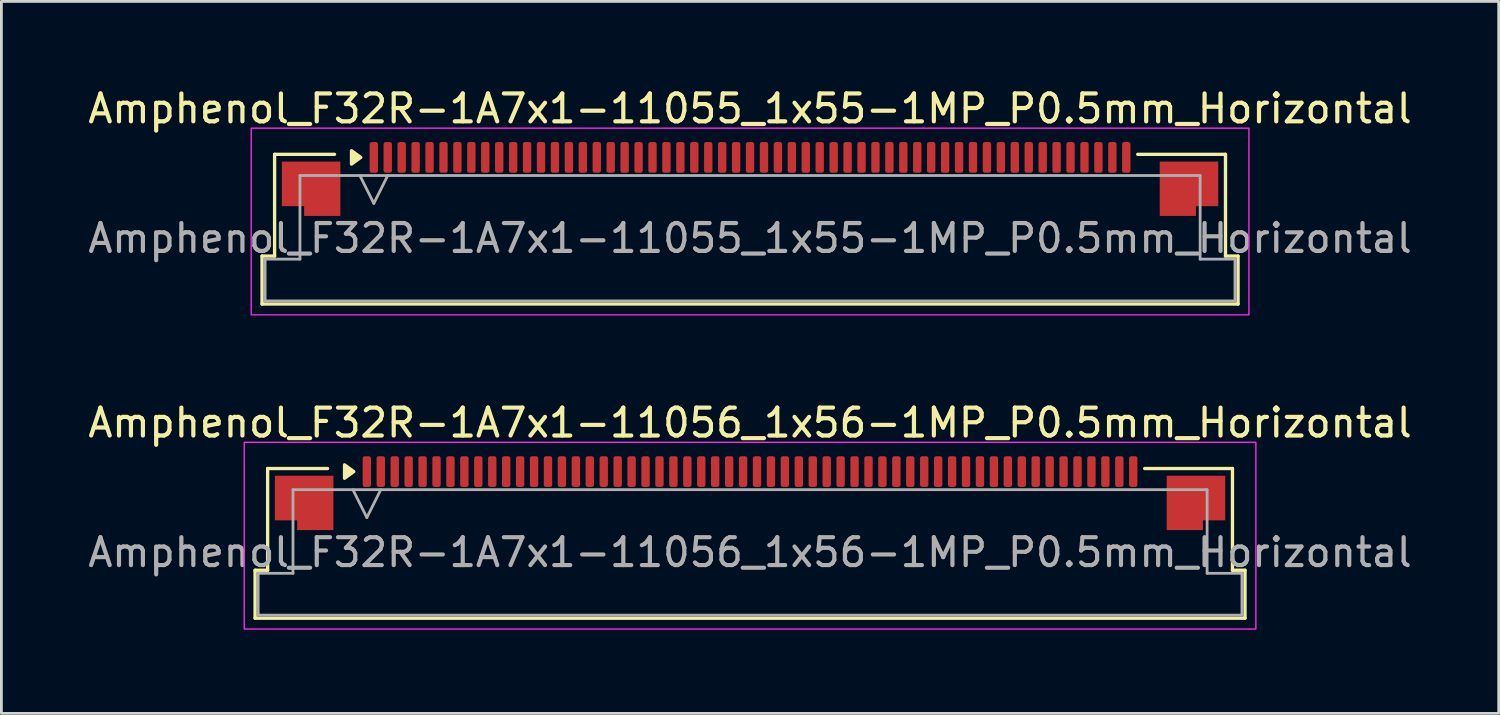
<source format=kicad_pcb>
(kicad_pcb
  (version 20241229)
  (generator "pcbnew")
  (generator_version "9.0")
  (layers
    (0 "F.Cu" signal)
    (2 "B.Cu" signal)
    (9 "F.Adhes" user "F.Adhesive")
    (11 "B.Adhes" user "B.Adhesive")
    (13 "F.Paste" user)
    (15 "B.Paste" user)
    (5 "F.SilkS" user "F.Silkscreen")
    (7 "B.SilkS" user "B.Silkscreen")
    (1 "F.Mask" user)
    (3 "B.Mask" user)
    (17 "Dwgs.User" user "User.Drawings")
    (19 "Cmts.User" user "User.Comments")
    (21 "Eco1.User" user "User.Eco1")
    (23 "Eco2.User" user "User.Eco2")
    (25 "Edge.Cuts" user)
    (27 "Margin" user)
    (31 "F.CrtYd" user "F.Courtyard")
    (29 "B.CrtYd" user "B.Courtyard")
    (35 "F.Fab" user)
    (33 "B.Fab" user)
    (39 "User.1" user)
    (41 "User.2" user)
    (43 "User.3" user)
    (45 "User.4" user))
  (footprint "Amphenol_F32R-1A7x1-11055_1x55-1MP_P0.5mm_Horizontal"
    (layer "F.Cu")
    (at 23.863 5.498)
    (property "Reference" "Amphenol_F32R-1A7x1-11055_1x55-1MP_P0.5mm_Horizontal" (at 0 -4.65 0) (layer "F.SilkS") (effects (font (size 1 1) (thickness 0.15))))
    (attr smd)
    (fp_line (start -17.51 0.64) (end -17.06 0.64) (stroke (width 0.12) (type solid)) (layer "F.SilkS"))
    (fp_line (start -17.51 2.36) (end -17.51 0.64) (stroke (width 0.12) (type solid)) (layer "F.SilkS"))
    (fp_line (start -17.06 -3.01) (end -14.91 -3.01) (stroke (width 0.12) (type solid)) (layer "F.SilkS"))
    (fp_line (start -17.06 0.64) (end -17.06 -3.01) (stroke (width 0.12) (type solid)) (layer "F.SilkS"))
    (fp_line (start 13.91 -3.01) (end 17.06 -3.01) (stroke (width 0.12) (type solid)) (layer "F.SilkS"))
    (fp_line (start 17.06 -3.01) (end 17.06 0.64) (stroke (width 0.12) (type solid)) (layer "F.SilkS"))
    (fp_line (start 17.06 0.64) (end 17.51 0.64) (stroke (width 0.12) (type solid)) (layer "F.SilkS"))
    (fp_line (start 17.51 0.64) (end 17.51 2.36) (stroke (width 0.12) (type solid)) (layer "F.SilkS"))
    (fp_line (start 17.51 2.36) (end -17.51 2.36) (stroke (width 0.12) (type solid)) (layer "F.SilkS"))
    (fp_poly (pts (xy -13.97 -2.9) (xy -14.3 -2.66) (xy -14.3 -3.14)) (stroke (width 0.12) (type solid)) (fill yes) (layer "F.SilkS"))
    (fp_rect (start -17.9 -3.95) (end 17.9 2.75) (stroke (width 0.05) (type solid)) (fill no) (layer "F.CrtYd"))
    (fp_line (start -17.4 0.75) (end -16.15 0.75) (stroke (width 0.1) (type solid)) (layer "F.Fab"))
    (fp_line (start -17.4 2.25) (end -17.4 0.75) (stroke (width 0.1) (type solid)) (layer "F.Fab"))
    (fp_line (start -16.15 -2.25) (end 16.15 -2.25) (stroke (width 0.1) (type solid)) (layer "F.Fab"))
    (fp_line (start -16.15 0.75) (end -16.15 -2.25) (stroke (width 0.1) (type solid)) (layer "F.Fab"))
    (fp_line (start -14 -2.25) (end -13.5 -1.25) (stroke (width 0.1) (type solid)) (layer "F.Fab"))
    (fp_line (start -13.5 -1.25) (end -13 -2.25) (stroke (width 0.1) (type solid)) (layer "F.Fab"))
    (fp_line (start 16.15 -2.25) (end 16.15 0.75) (stroke (width 0.1) (type solid)) (layer "F.Fab"))
    (fp_line (start 16.15 0.75) (end 17.4 0.75) (stroke (width 0.1) (type solid)) (layer "F.Fab"))
    (fp_line (start 17.4 0.75) (end 17.4 2.25) (stroke (width 0.1) (type solid)) (layer "F.Fab"))
    (fp_line (start 17.4 2.25) (end -17.4 2.25) (stroke (width 0.1) (type solid)) (layer "F.Fab"))
    (fp_text user "${REFERENCE}" (at 0 0 0) (layer "F.Fab") (effects (font (size 1 1) (thickness 0.15))))
    (pad "1" smd roundrect (at -13.5 -2.9) (size 0.3 1.1) (layers "F.Cu" "F.Mask" "F.Paste") (roundrect_rratio 0.25))
    (pad "2" smd roundrect (at -13 -2.9) (size 0.3 1.1) (layers "F.Cu" "F.Mask" "F.Paste") (roundrect_rratio 0.25))
    (pad "3" smd roundrect (at -12.5 -2.9) (size 0.3 1.1) (layers "F.Cu" "F.Mask" "F.Paste") (roundrect_rratio 0.25))
    (pad "4" smd roundrect (at -12 -2.9) (size 0.3 1.1) (layers "F.Cu" "F.Mask" "F.Paste") (roundrect_rratio 0.25))
    (pad "5" smd roundrect (at -11.5 -2.9) (size 0.3 1.1) (layers "F.Cu" "F.Mask" "F.Paste") (roundrect_rratio 0.25))
    (pad "6" smd roundrect (at -11 -2.9) (size 0.3 1.1) (layers "F.Cu" "F.Mask" "F.Paste") (roundrect_rratio 0.25))
    (pad "7" smd roundrect (at -10.5 -2.9) (size 0.3 1.1) (layers "F.Cu" "F.Mask" "F.Paste") (roundrect_rratio 0.25))
    (pad "8" smd roundrect (at -10 -2.9) (size 0.3 1.1) (layers "F.Cu" "F.Mask" "F.Paste") (roundrect_rratio 0.25))
    (pad "9" smd roundrect (at -9.5 -2.9) (size 0.3 1.1) (layers "F.Cu" "F.Mask" "F.Paste") (roundrect_rratio 0.25))
    (pad "10" smd roundrect (at -9 -2.9) (size 0.3 1.1) (layers "F.Cu" "F.Mask" "F.Paste") (roundrect_rratio 0.25))
    (pad "11" smd roundrect (at -8.5 -2.9) (size 0.3 1.1) (layers "F.Cu" "F.Mask" "F.Paste") (roundrect_rratio 0.25))
    (pad "12" smd roundrect (at -8 -2.9) (size 0.3 1.1) (layers "F.Cu" "F.Mask" "F.Paste") (roundrect_rratio 0.25))
    (pad "13" smd roundrect (at -7.5 -2.9) (size 0.3 1.1) (layers "F.Cu" "F.Mask" "F.Paste") (roundrect_rratio 0.25))
    (pad "14" smd roundrect (at -7 -2.9) (size 0.3 1.1) (layers "F.Cu" "F.Mask" "F.Paste") (roundrect_rratio 0.25))
    (pad "15" smd roundrect (at -6.5 -2.9) (size 0.3 1.1) (layers "F.Cu" "F.Mask" "F.Paste") (roundrect_rratio 0.25))
    (pad "16" smd roundrect (at -6 -2.9) (size 0.3 1.1) (layers "F.Cu" "F.Mask" "F.Paste") (roundrect_rratio 0.25))
    (pad "17" smd roundrect (at -5.5 -2.9) (size 0.3 1.1) (layers "F.Cu" "F.Mask" "F.Paste") (roundrect_rratio 0.25))
    (pad "18" smd roundrect (at -5 -2.9) (size 0.3 1.1) (layers "F.Cu" "F.Mask" "F.Paste") (roundrect_rratio 0.25))
    (pad "19" smd roundrect (at -4.5 -2.9) (size 0.3 1.1) (layers "F.Cu" "F.Mask" "F.Paste") (roundrect_rratio 0.25))
    (pad "20" smd roundrect (at -4 -2.9) (size 0.3 1.1) (layers "F.Cu" "F.Mask" "F.Paste") (roundrect_rratio 0.25))
    (pad "21" smd roundrect (at -3.5 -2.9) (size 0.3 1.1) (layers "F.Cu" "F.Mask" "F.Paste") (roundrect_rratio 0.25))
    (pad "22" smd roundrect (at -3 -2.9) (size 0.3 1.1) (layers "F.Cu" "F.Mask" "F.Paste") (roundrect_rratio 0.25))
    (pad "23" smd roundrect (at -2.5 -2.9) (size 0.3 1.1) (layers "F.Cu" "F.Mask" "F.Paste") (roundrect_rratio 0.25))
    (pad "24" smd roundrect (at -2 -2.9) (size 0.3 1.1) (layers "F.Cu" "F.Mask" "F.Paste") (roundrect_rratio 0.25))
    (pad "25" smd roundrect (at -1.5 -2.9) (size 0.3 1.1) (layers "F.Cu" "F.Mask" "F.Paste") (roundrect_rratio 0.25))
    (pad "26" smd roundrect (at -1 -2.9) (size 0.3 1.1) (layers "F.Cu" "F.Mask" "F.Paste") (roundrect_rratio 0.25))
    (pad "27" smd roundrect (at -0.5 -2.9) (size 0.3 1.1) (layers "F.Cu" "F.Mask" "F.Paste") (roundrect_rratio 0.25))
    (pad "28" smd roundrect (at 0 -2.9) (size 0.3 1.1) (layers "F.Cu" "F.Mask" "F.Paste") (roundrect_rratio 0.25))
    (pad "29" smd roundrect (at 0.5 -2.9) (size 0.3 1.1) (layers "F.Cu" "F.Mask" "F.Paste") (roundrect_rratio 0.25))
    (pad "30" smd roundrect (at 1 -2.9) (size 0.3 1.1) (layers "F.Cu" "F.Mask" "F.Paste") (roundrect_rratio 0.25))
    (pad "31" smd roundrect (at 1.5 -2.9) (size 0.3 1.1) (layers "F.Cu" "F.Mask" "F.Paste") (roundrect_rratio 0.25))
    (pad "32" smd roundrect (at 2 -2.9) (size 0.3 1.1) (layers "F.Cu" "F.Mask" "F.Paste") (roundrect_rratio 0.25))
    (pad "33" smd roundrect (at 2.5 -2.9) (size 0.3 1.1) (layers "F.Cu" "F.Mask" "F.Paste") (roundrect_rratio 0.25))
    (pad "34" smd roundrect (at 3 -2.9) (size 0.3 1.1) (layers "F.Cu" "F.Mask" "F.Paste") (roundrect_rratio 0.25))
    (pad "35" smd roundrect (at 3.5 -2.9) (size 0.3 1.1) (layers "F.Cu" "F.Mask" "F.Paste") (roundrect_rratio 0.25))
    (pad "36" smd roundrect (at 4 -2.9) (size 0.3 1.1) (layers "F.Cu" "F.Mask" "F.Paste") (roundrect_rratio 0.25))
    (pad "37" smd roundrect (at 4.5 -2.9) (size 0.3 1.1) (layers "F.Cu" "F.Mask" "F.Paste") (roundrect_rratio 0.25))
    (pad "38" smd roundrect (at 5 -2.9) (size 0.3 1.1) (layers "F.Cu" "F.Mask" "F.Paste") (roundrect_rratio 0.25))
    (pad "39" smd roundrect (at 5.5 -2.9) (size 0.3 1.1) (layers "F.Cu" "F.Mask" "F.Paste") (roundrect_rratio 0.25))
    (pad "40" smd roundrect (at 6 -2.9) (size 0.3 1.1) (layers "F.Cu" "F.Mask" "F.Paste") (roundrect_rratio 0.25))
    (pad "41" smd roundrect (at 6.5 -2.9) (size 0.3 1.1) (layers "F.Cu" "F.Mask" "F.Paste") (roundrect_rratio 0.25))
    (pad "42" smd roundrect (at 7 -2.9) (size 0.3 1.1) (layers "F.Cu" "F.Mask" "F.Paste") (roundrect_rratio 0.25))
    (pad "43" smd roundrect (at 7.5 -2.9) (size 0.3 1.1) (layers "F.Cu" "F.Mask" "F.Paste") (roundrect_rratio 0.25))
    (pad "44" smd roundrect (at 8 -2.9) (size 0.3 1.1) (layers "F.Cu" "F.Mask" "F.Paste") (roundrect_rratio 0.25))
    (pad "45" smd roundrect (at 8.5 -2.9) (size 0.3 1.1) (layers "F.Cu" "F.Mask" "F.Paste") (roundrect_rratio 0.25))
    (pad "46" smd roundrect (at 9 -2.9) (size 0.3 1.1) (layers "F.Cu" "F.Mask" "F.Paste") (roundrect_rratio 0.25))
    (pad "47" smd roundrect (at 9.5 -2.9) (size 0.3 1.1) (layers "F.Cu" "F.Mask" "F.Paste") (roundrect_rratio 0.25))
    (pad "48" smd roundrect (at 10 -2.9) (size 0.3 1.1) (layers "F.Cu" "F.Mask" "F.Paste") (roundrect_rratio 0.25))
    (pad "49" smd roundrect (at 10.5 -2.9) (size 0.3 1.1) (layers "F.Cu" "F.Mask" "F.Paste") (roundrect_rratio 0.25))
    (pad "50" smd roundrect (at 11 -2.9) (size 0.3 1.1) (layers "F.Cu" "F.Mask" "F.Paste") (roundrect_rratio 0.25))
    (pad "51" smd roundrect (at 11.5 -2.9) (size 0.3 1.1) (layers "F.Cu" "F.Mask" "F.Paste") (roundrect_rratio 0.25))
    (pad "52" smd roundrect (at 12 -2.9) (size 0.3 1.1) (layers "F.Cu" "F.Mask" "F.Paste") (roundrect_rratio 0.25))
    (pad "53" smd roundrect (at 12.5 -2.9) (size 0.3 1.1) (layers "F.Cu" "F.Mask" "F.Paste") (roundrect_rratio 0.25))
    (pad "54" smd roundrect (at 13 -2.9) (size 0.3 1.1) (layers "F.Cu" "F.Mask" "F.Paste") (roundrect_rratio 0.25))
    (pad "55" smd roundrect (at 13.5 -2.9) (size 0.3 1.1) (layers "F.Cu" "F.Mask" "F.Paste") (roundrect_rratio 0.25))
    (pad "MP" smd custom (at -15.75 -1.775) (size 1 1) (layers "F.Cu" "F.Mask" "F.Paste") (options (anchor circle)) (primitives (gr_poly (pts (xy 1.05 -0.975) (xy 1.05 0.975) (xy -0.25 0.975) (xy -0.25 0.625) (xy -1.05 0.625) (xy -1.05 -0.975)) (width 0) (fill yes))))
    (pad "MP" smd custom (at 15.75 -1.775) (size 1 1) (layers "F.Cu" "F.Mask" "F.Paste") (options (anchor circle)) (primitives (gr_poly (pts (xy -1.05 -0.975) (xy -1.05 0.975) (xy 0.25 0.975) (xy 0.25 0.625) (xy 1.05 0.625) (xy 1.05 -0.975)) (width 0) (fill yes)))))
  (footprint "Amphenol_F32R-1A7x1-11056_1x56-1MP_P0.5mm_Horizontal"
    (layer "F.Cu")
    (at 23.863 16.771)
    (property "Reference" "Amphenol_F32R-1A7x1-11056_1x56-1MP_P0.5mm_Horizontal" (at 0 -4.65 0) (layer "F.SilkS") (effects (font (size 1 1) (thickness 0.15))))
    (attr smd)
    (fp_line (start -17.76 0.64) (end -17.31 0.64) (stroke (width 0.12) (type solid)) (layer "F.SilkS"))
    (fp_line (start -17.76 2.36) (end -17.76 0.64) (stroke (width 0.12) (type solid)) (layer "F.SilkS"))
    (fp_line (start -17.31 -3.01) (end -15.16 -3.01) (stroke (width 0.12) (type solid)) (layer "F.SilkS"))
    (fp_line (start -17.31 0.64) (end -17.31 -3.01) (stroke (width 0.12) (type solid)) (layer "F.SilkS"))
    (fp_line (start 14.16 -3.01) (end 17.31 -3.01) (stroke (width 0.12) (type solid)) (layer "F.SilkS"))
    (fp_line (start 17.31 -3.01) (end 17.31 0.64) (stroke (width 0.12) (type solid)) (layer "F.SilkS"))
    (fp_line (start 17.31 0.64) (end 17.76 0.64) (stroke (width 0.12) (type solid)) (layer "F.SilkS"))
    (fp_line (start 17.76 0.64) (end 17.76 2.36) (stroke (width 0.12) (type solid)) (layer "F.SilkS"))
    (fp_line (start 17.76 2.36) (end -17.76 2.36) (stroke (width 0.12) (type solid)) (layer "F.SilkS"))
    (fp_poly (pts (xy -14.22 -2.9) (xy -14.55 -2.66) (xy -14.55 -3.14)) (stroke (width 0.12) (type solid)) (fill yes) (layer "F.SilkS"))
    (fp_rect (start -18.15 -3.95) (end 18.15 2.75) (stroke (width 0.05) (type solid)) (fill no) (layer "F.CrtYd"))
    (fp_line (start -17.65 0.75) (end -16.4 0.75) (stroke (width 0.1) (type solid)) (layer "F.Fab"))
    (fp_line (start -17.65 2.25) (end -17.65 0.75) (stroke (width 0.1) (type solid)) (layer "F.Fab"))
    (fp_line (start -16.4 -2.25) (end 16.4 -2.25) (stroke (width 0.1) (type solid)) (layer "F.Fab"))
    (fp_line (start -16.4 0.75) (end -16.4 -2.25) (stroke (width 0.1) (type solid)) (layer "F.Fab"))
    (fp_line (start -14.25 -2.25) (end -13.75 -1.25) (stroke (width 0.1) (type solid)) (layer "F.Fab"))
    (fp_line (start -13.75 -1.25) (end -13.25 -2.25) (stroke (width 0.1) (type solid)) (layer "F.Fab"))
    (fp_line (start 16.4 -2.25) (end 16.4 0.75) (stroke (width 0.1) (type solid)) (layer "F.Fab"))
    (fp_line (start 16.4 0.75) (end 17.65 0.75) (stroke (width 0.1) (type solid)) (layer "F.Fab"))
    (fp_line (start 17.65 0.75) (end 17.65 2.25) (stroke (width 0.1) (type solid)) (layer "F.Fab"))
    (fp_line (start 17.65 2.25) (end -17.65 2.25) (stroke (width 0.1) (type solid)) (layer "F.Fab"))
    (fp_text user "${REFERENCE}" (at 0 0 0) (layer "F.Fab") (effects (font (size 1 1) (thickness 0.15))))
    (pad "1" smd roundrect (at -13.75 -2.9) (size 0.3 1.1) (layers "F.Cu" "F.Mask" "F.Paste") (roundrect_rratio 0.25))
    (pad "2" smd roundrect (at -13.25 -2.9) (size 0.3 1.1) (layers "F.Cu" "F.Mask" "F.Paste") (roundrect_rratio 0.25))
    (pad "3" smd roundrect (at -12.75 -2.9) (size 0.3 1.1) (layers "F.Cu" "F.Mask" "F.Paste") (roundrect_rratio 0.25))
    (pad "4" smd roundrect (at -12.25 -2.9) (size 0.3 1.1) (layers "F.Cu" "F.Mask" "F.Paste") (roundrect_rratio 0.25))
    (pad "5" smd roundrect (at -11.75 -2.9) (size 0.3 1.1) (layers "F.Cu" "F.Mask" "F.Paste") (roundrect_rratio 0.25))
    (pad "6" smd roundrect (at -11.25 -2.9) (size 0.3 1.1) (layers "F.Cu" "F.Mask" "F.Paste") (roundrect_rratio 0.25))
    (pad "7" smd roundrect (at -10.75 -2.9) (size 0.3 1.1) (layers "F.Cu" "F.Mask" "F.Paste") (roundrect_rratio 0.25))
    (pad "8" smd roundrect (at -10.25 -2.9) (size 0.3 1.1) (layers "F.Cu" "F.Mask" "F.Paste") (roundrect_rratio 0.25))
    (pad "9" smd roundrect (at -9.75 -2.9) (size 0.3 1.1) (layers "F.Cu" "F.Mask" "F.Paste") (roundrect_rratio 0.25))
    (pad "10" smd roundrect (at -9.25 -2.9) (size 0.3 1.1) (layers "F.Cu" "F.Mask" "F.Paste") (roundrect_rratio 0.25))
    (pad "11" smd roundrect (at -8.75 -2.9) (size 0.3 1.1) (layers "F.Cu" "F.Mask" "F.Paste") (roundrect_rratio 0.25))
    (pad "12" smd roundrect (at -8.25 -2.9) (size 0.3 1.1) (layers "F.Cu" "F.Mask" "F.Paste") (roundrect_rratio 0.25))
    (pad "13" smd roundrect (at -7.75 -2.9) (size 0.3 1.1) (layers "F.Cu" "F.Mask" "F.Paste") (roundrect_rratio 0.25))
    (pad "14" smd roundrect (at -7.25 -2.9) (size 0.3 1.1) (layers "F.Cu" "F.Mask" "F.Paste") (roundrect_rratio 0.25))
    (pad "15" smd roundrect (at -6.75 -2.9) (size 0.3 1.1) (layers "F.Cu" "F.Mask" "F.Paste") (roundrect_rratio 0.25))
    (pad "16" smd roundrect (at -6.25 -2.9) (size 0.3 1.1) (layers "F.Cu" "F.Mask" "F.Paste") (roundrect_rratio 0.25))
    (pad "17" smd roundrect (at -5.75 -2.9) (size 0.3 1.1) (layers "F.Cu" "F.Mask" "F.Paste") (roundrect_rratio 0.25))
    (pad "18" smd roundrect (at -5.25 -2.9) (size 0.3 1.1) (layers "F.Cu" "F.Mask" "F.Paste") (roundrect_rratio 0.25))
    (pad "19" smd roundrect (at -4.75 -2.9) (size 0.3 1.1) (layers "F.Cu" "F.Mask" "F.Paste") (roundrect_rratio 0.25))
    (pad "20" smd roundrect (at -4.25 -2.9) (size 0.3 1.1) (layers "F.Cu" "F.Mask" "F.Paste") (roundrect_rratio 0.25))
    (pad "21" smd roundrect (at -3.75 -2.9) (size 0.3 1.1) (layers "F.Cu" "F.Mask" "F.Paste") (roundrect_rratio 0.25))
    (pad "22" smd roundrect (at -3.25 -2.9) (size 0.3 1.1) (layers "F.Cu" "F.Mask" "F.Paste") (roundrect_rratio 0.25))
    (pad "23" smd roundrect (at -2.75 -2.9) (size 0.3 1.1) (layers "F.Cu" "F.Mask" "F.Paste") (roundrect_rratio 0.25))
    (pad "24" smd roundrect (at -2.25 -2.9) (size 0.3 1.1) (layers "F.Cu" "F.Mask" "F.Paste") (roundrect_rratio 0.25))
    (pad "25" smd roundrect (at -1.75 -2.9) (size 0.3 1.1) (layers "F.Cu" "F.Mask" "F.Paste") (roundrect_rratio 0.25))
    (pad "26" smd roundrect (at -1.25 -2.9) (size 0.3 1.1) (layers "F.Cu" "F.Mask" "F.Paste") (roundrect_rratio 0.25))
    (pad "27" smd roundrect (at -0.75 -2.9) (size 0.3 1.1) (layers "F.Cu" "F.Mask" "F.Paste") (roundrect_rratio 0.25))
    (pad "28" smd roundrect (at -0.25 -2.9) (size 0.3 1.1) (layers "F.Cu" "F.Mask" "F.Paste") (roundrect_rratio 0.25))
    (pad "29" smd roundrect (at 0.25 -2.9) (size 0.3 1.1) (layers "F.Cu" "F.Mask" "F.Paste") (roundrect_rratio 0.25))
    (pad "30" smd roundrect (at 0.75 -2.9) (size 0.3 1.1) (layers "F.Cu" "F.Mask" "F.Paste") (roundrect_rratio 0.25))
    (pad "31" smd roundrect (at 1.25 -2.9) (size 0.3 1.1) (layers "F.Cu" "F.Mask" "F.Paste") (roundrect_rratio 0.25))
    (pad "32" smd roundrect (at 1.75 -2.9) (size 0.3 1.1) (layers "F.Cu" "F.Mask" "F.Paste") (roundrect_rratio 0.25))
    (pad "33" smd roundrect (at 2.25 -2.9) (size 0.3 1.1) (layers "F.Cu" "F.Mask" "F.Paste") (roundrect_rratio 0.25))
    (pad "34" smd roundrect (at 2.75 -2.9) (size 0.3 1.1) (layers "F.Cu" "F.Mask" "F.Paste") (roundrect_rratio 0.25))
    (pad "35" smd roundrect (at 3.25 -2.9) (size 0.3 1.1) (layers "F.Cu" "F.Mask" "F.Paste") (roundrect_rratio 0.25))
    (pad "36" smd roundrect (at 3.75 -2.9) (size 0.3 1.1) (layers "F.Cu" "F.Mask" "F.Paste") (roundrect_rratio 0.25))
    (pad "37" smd roundrect (at 4.25 -2.9) (size 0.3 1.1) (layers "F.Cu" "F.Mask" "F.Paste") (roundrect_rratio 0.25))
    (pad "38" smd roundrect (at 4.75 -2.9) (size 0.3 1.1) (layers "F.Cu" "F.Mask" "F.Paste") (roundrect_rratio 0.25))
    (pad "39" smd roundrect (at 5.25 -2.9) (size 0.3 1.1) (layers "F.Cu" "F.Mask" "F.Paste") (roundrect_rratio 0.25))
    (pad "40" smd roundrect (at 5.75 -2.9) (size 0.3 1.1) (layers "F.Cu" "F.Mask" "F.Paste") (roundrect_rratio 0.25))
    (pad "41" smd roundrect (at 6.25 -2.9) (size 0.3 1.1) (layers "F.Cu" "F.Mask" "F.Paste") (roundrect_rratio 0.25))
    (pad "42" smd roundrect (at 6.75 -2.9) (size 0.3 1.1) (layers "F.Cu" "F.Mask" "F.Paste") (roundrect_rratio 0.25))
    (pad "43" smd roundrect (at 7.25 -2.9) (size 0.3 1.1) (layers "F.Cu" "F.Mask" "F.Paste") (roundrect_rratio 0.25))
    (pad "44" smd roundrect (at 7.75 -2.9) (size 0.3 1.1) (layers "F.Cu" "F.Mask" "F.Paste") (roundrect_rratio 0.25))
    (pad "45" smd roundrect (at 8.25 -2.9) (size 0.3 1.1) (layers "F.Cu" "F.Mask" "F.Paste") (roundrect_rratio 0.25))
    (pad "46" smd roundrect (at 8.75 -2.9) (size 0.3 1.1) (layers "F.Cu" "F.Mask" "F.Paste") (roundrect_rratio 0.25))
    (pad "47" smd roundrect (at 9.25 -2.9) (size 0.3 1.1) (layers "F.Cu" "F.Mask" "F.Paste") (roundrect_rratio 0.25))
    (pad "48" smd roundrect (at 9.75 -2.9) (size 0.3 1.1) (layers "F.Cu" "F.Mask" "F.Paste") (roundrect_rratio 0.25))
    (pad "49" smd roundrect (at 10.25 -2.9) (size 0.3 1.1) (layers "F.Cu" "F.Mask" "F.Paste") (roundrect_rratio 0.25))
    (pad "50" smd roundrect (at 10.75 -2.9) (size 0.3 1.1) (layers "F.Cu" "F.Mask" "F.Paste") (roundrect_rratio 0.25))
    (pad "51" smd roundrect (at 11.25 -2.9) (size 0.3 1.1) (layers "F.Cu" "F.Mask" "F.Paste") (roundrect_rratio 0.25))
    (pad "52" smd roundrect (at 11.75 -2.9) (size 0.3 1.1) (layers "F.Cu" "F.Mask" "F.Paste") (roundrect_rratio 0.25))
    (pad "53" smd roundrect (at 12.25 -2.9) (size 0.3 1.1) (layers "F.Cu" "F.Mask" "F.Paste") (roundrect_rratio 0.25))
    (pad "54" smd roundrect (at 12.75 -2.9) (size 0.3 1.1) (layers "F.Cu" "F.Mask" "F.Paste") (roundrect_rratio 0.25))
    (pad "55" smd roundrect (at 13.25 -2.9) (size 0.3 1.1) (layers "F.Cu" "F.Mask" "F.Paste") (roundrect_rratio 0.25))
    (pad "56" smd roundrect (at 13.75 -2.9) (size 0.3 1.1) (layers "F.Cu" "F.Mask" "F.Paste") (roundrect_rratio 0.25))
    (pad "MP" smd custom (at -16 -1.775) (size 1 1) (layers "F.Cu" "F.Mask" "F.Paste") (options (anchor circle)) (primitives (gr_poly (pts (xy 1.05 -0.975) (xy 1.05 0.975) (xy -0.25 0.975) (xy -0.25 0.625) (xy -1.05 0.625) (xy -1.05 -0.975)) (width 0) (fill yes))))
    (pad "MP" smd custom (at 16 -1.775) (size 1 1) (layers "F.Cu" "F.Mask" "F.Paste") (options (anchor circle)) (primitives (gr_poly (pts (xy -1.05 -0.975) (xy -1.05 0.975) (xy 0.25 0.975) (xy 0.25 0.625) (xy 1.05 0.625) (xy 1.05 -0.975)) (width 0) (fill yes)))))
  (gr_rect
    (start -3 -3)
    (end 50.726 22.547)
    (stroke (width 0.1) (type default))
    (fill no)
    (layer "Edge.Cuts")))
</source>
